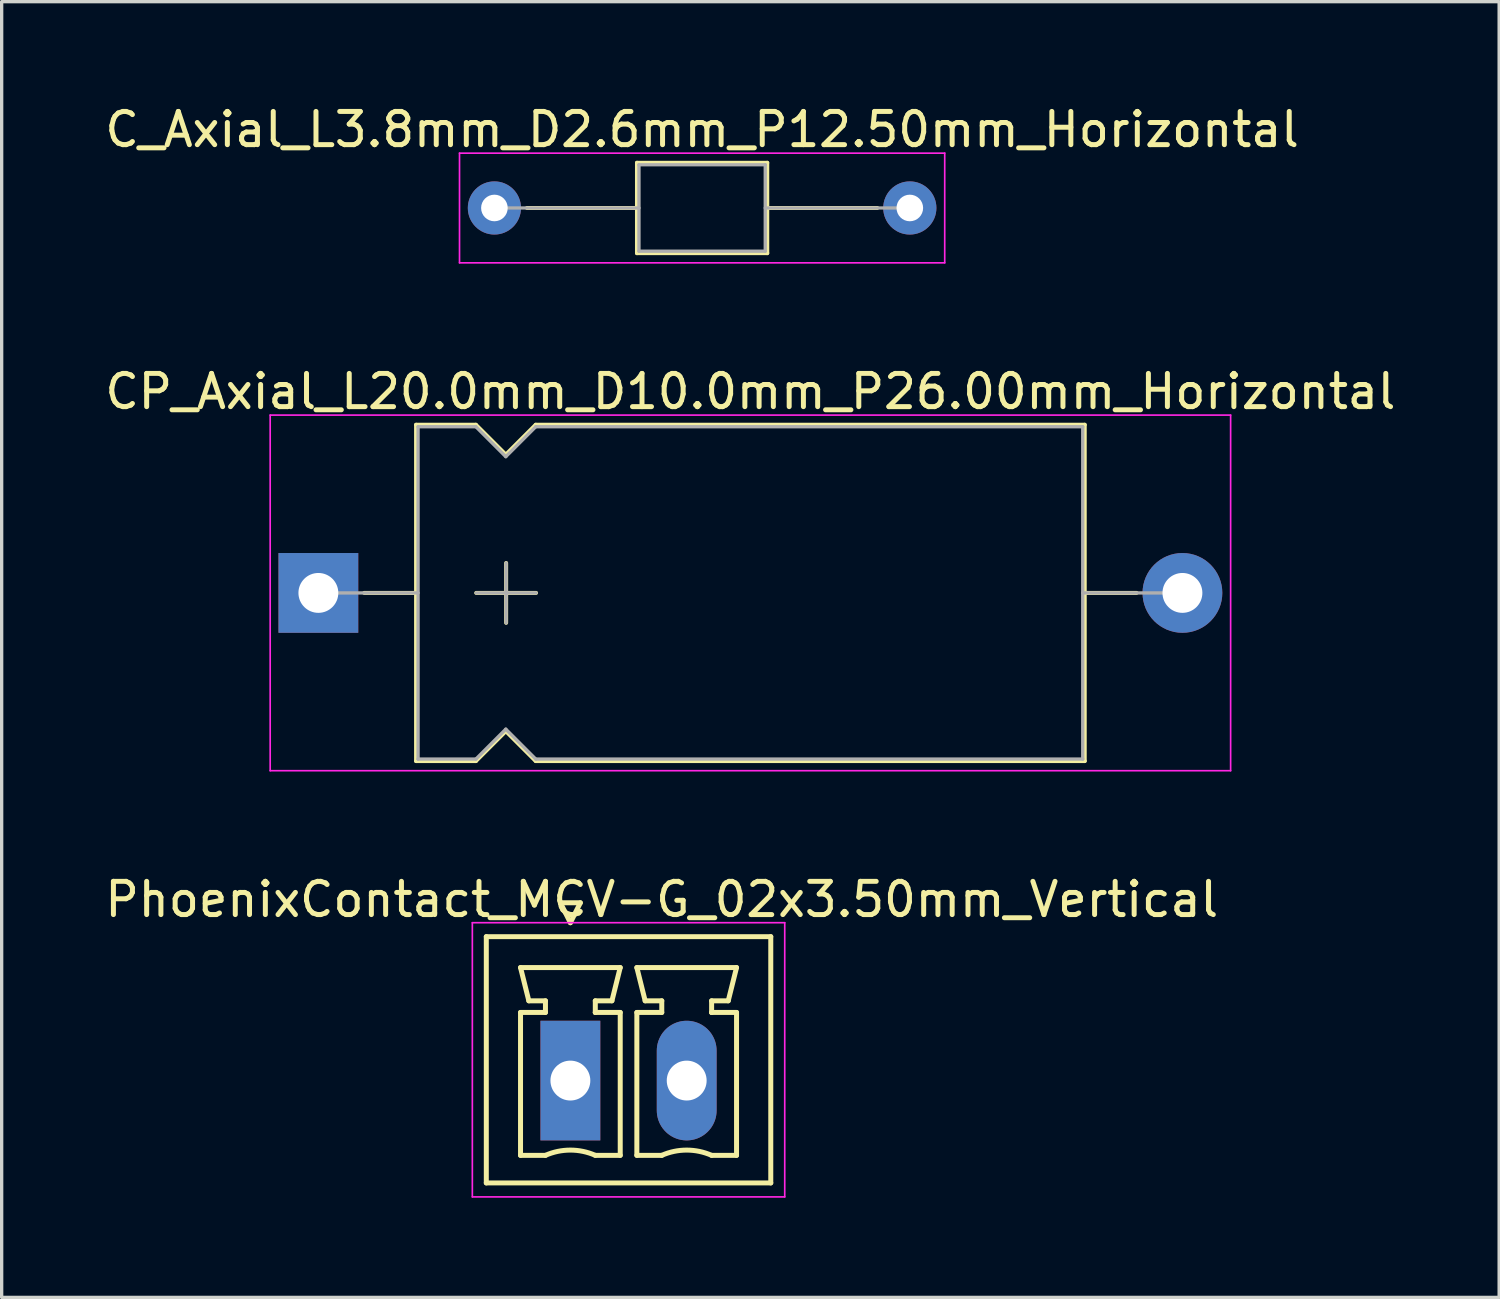
<source format=kicad_pcb>
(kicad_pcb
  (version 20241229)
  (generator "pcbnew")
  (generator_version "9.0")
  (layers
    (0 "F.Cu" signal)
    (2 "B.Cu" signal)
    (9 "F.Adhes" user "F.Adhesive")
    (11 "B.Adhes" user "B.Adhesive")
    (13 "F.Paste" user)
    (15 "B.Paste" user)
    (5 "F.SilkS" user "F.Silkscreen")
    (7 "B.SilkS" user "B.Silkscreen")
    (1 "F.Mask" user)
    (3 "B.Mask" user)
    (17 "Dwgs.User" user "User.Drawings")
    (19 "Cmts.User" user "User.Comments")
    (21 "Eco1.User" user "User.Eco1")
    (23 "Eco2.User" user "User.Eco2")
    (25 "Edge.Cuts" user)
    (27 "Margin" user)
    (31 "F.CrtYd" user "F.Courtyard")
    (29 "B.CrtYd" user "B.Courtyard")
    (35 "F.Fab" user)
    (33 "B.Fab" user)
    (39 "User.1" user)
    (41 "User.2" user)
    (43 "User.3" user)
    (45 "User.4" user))
  (footprint "PhoenixContact_MCV-G_02x3.50mm_Vertical"
    (layer "F.Cu")
    (at 14.113 29.465)
    (property "Reference" "PhoenixContact_MCV-G_02x3.50mm_Vertical" (at 2.75 -5.45 0) (layer "F.SilkS") (effects (font (size 1 1) (thickness 0.15))))
    (attr through_hole)
    (fp_line (start -2.53 -4.33) (end -2.53 3.08) (stroke (width 0.15) (type solid)) (layer "F.SilkS"))
    (fp_line (start -2.53 3.08) (end 6.03 3.08) (stroke (width 0.15) (type solid)) (layer "F.SilkS"))
    (fp_line (start -1.5 -3.4) (end 1.5 -3.4) (stroke (width 0.15) (type solid)) (layer "F.SilkS"))
    (fp_line (start -1.5 -2.05) (end -0.75 -2.05) (stroke (width 0.15) (type solid)) (layer "F.SilkS"))
    (fp_line (start -1.5 2.25) (end -1.5 -2.05) (stroke (width 0.15) (type solid)) (layer "F.SilkS"))
    (fp_line (start -1.25 -2.4) (end -1.5 -3.4) (stroke (width 0.15) (type solid)) (layer "F.SilkS"))
    (fp_line (start -0.75 -2.4) (end -1.25 -2.4) (stroke (width 0.15) (type solid)) (layer "F.SilkS"))
    (fp_line (start -0.75 -2.05) (end -0.75 -2.4) (stroke (width 0.15) (type solid)) (layer "F.SilkS"))
    (fp_line (start -0.75 2.25) (end -1.5 2.25) (stroke (width 0.15) (type solid)) (layer "F.SilkS"))
    (fp_line (start -0.3 -5.35) (end 0 -4.75) (stroke (width 0.15) (type solid)) (layer "F.SilkS"))
    (fp_line (start 0 -4.75) (end 0.3 -5.35) (stroke (width 0.15) (type solid)) (layer "F.SilkS"))
    (fp_line (start 0.3 -5.35) (end -0.3 -5.35) (stroke (width 0.15) (type solid)) (layer "F.SilkS"))
    (fp_line (start 0.75 -2.4) (end 0.75 -2.05) (stroke (width 0.15) (type solid)) (layer "F.SilkS"))
    (fp_line (start 0.75 -2.05) (end 0.75 -2.05) (stroke (width 0.15) (type solid)) (layer "F.SilkS"))
    (fp_line (start 0.75 -2.05) (end 1.5 -2.05) (stroke (width 0.15) (type solid)) (layer "F.SilkS"))
    (fp_line (start 1.25 -2.4) (end 0.75 -2.4) (stroke (width 0.15) (type solid)) (layer "F.SilkS"))
    (fp_line (start 1.5 -3.4) (end 1.25 -2.4) (stroke (width 0.15) (type solid)) (layer "F.SilkS"))
    (fp_line (start 1.5 -2.05) (end 1.5 2.25) (stroke (width 0.15) (type solid)) (layer "F.SilkS"))
    (fp_line (start 1.5 2.25) (end 0.75 2.25) (stroke (width 0.15) (type solid)) (layer "F.SilkS"))
    (fp_line (start 2 -3.4) (end 5 -3.4) (stroke (width 0.15) (type solid)) (layer "F.SilkS"))
    (fp_line (start 2 -2.05) (end 2.75 -2.05) (stroke (width 0.15) (type solid)) (layer "F.SilkS"))
    (fp_line (start 2 2.25) (end 2 -2.05) (stroke (width 0.15) (type solid)) (layer "F.SilkS"))
    (fp_line (start 2.25 -2.4) (end 2 -3.4) (stroke (width 0.15) (type solid)) (layer "F.SilkS"))
    (fp_line (start 2.75 -2.4) (end 2.25 -2.4) (stroke (width 0.15) (type solid)) (layer "F.SilkS"))
    (fp_line (start 2.75 -2.05) (end 2.75 -2.4) (stroke (width 0.15) (type solid)) (layer "F.SilkS"))
    (fp_line (start 2.75 2.25) (end 2 2.25) (stroke (width 0.15) (type solid)) (layer "F.SilkS"))
    (fp_line (start 4.25 -2.4) (end 4.25 -2.05) (stroke (width 0.15) (type solid)) (layer "F.SilkS"))
    (fp_line (start 4.25 -2.05) (end 4.25 -2.05) (stroke (width 0.15) (type solid)) (layer "F.SilkS"))
    (fp_line (start 4.25 -2.05) (end 5 -2.05) (stroke (width 0.15) (type solid)) (layer "F.SilkS"))
    (fp_line (start 4.75 -2.4) (end 4.25 -2.4) (stroke (width 0.15) (type solid)) (layer "F.SilkS"))
    (fp_line (start 5 -3.4) (end 4.75 -2.4) (stroke (width 0.15) (type solid)) (layer "F.SilkS"))
    (fp_line (start 5 -2.05) (end 5 2.25) (stroke (width 0.15) (type solid)) (layer "F.SilkS"))
    (fp_line (start 5 2.25) (end 4.25 2.25) (stroke (width 0.15) (type solid)) (layer "F.SilkS"))
    (fp_line (start 6.03 -4.33) (end -2.53 -4.33) (stroke (width 0.15) (type solid)) (layer "F.SilkS"))
    (fp_line (start 6.03 3.08) (end 6.03 -4.33) (stroke (width 0.15) (type solid)) (layer "F.SilkS"))
    (fp_arc (start -0.75 2.25) (mid -0.000193 2.09191) (end 0.749647 2.249844) (stroke (width 0.15) (type solid)) (layer "F.SilkS"))
    (fp_arc (start 2.75 2.25) (mid 3.499807 2.09191) (end 4.249647 2.249844) (stroke (width 0.15) (type solid)) (layer "F.SilkS"))
    (fp_line (start -2.95 -4.75) (end -2.95 3.5) (stroke (width 0.05) (type solid)) (layer "F.CrtYd"))
    (fp_line (start -2.95 3.5) (end 6.45 3.5) (stroke (width 0.05) (type solid)) (layer "F.CrtYd"))
    (fp_line (start 6.45 -4.75) (end -2.95 -4.75) (stroke (width 0.05) (type solid)) (layer "F.CrtYd"))
    (fp_line (start 6.45 3.5) (end 6.45 -4.75) (stroke (width 0.05) (type solid)) (layer "F.CrtYd"))
    (pad "1" thru_hole rect (at 0 0) (size 1.8 3.6) (drill 1.2) (layers "*.Cu" "*.Mask"))
    (pad "2" thru_hole oval (at 3.5 0) (size 1.8 3.6) (drill 1.2) (layers "*.Cu" "*.Mask")))
  (footprint "C_Axial_L3.8mm_D2.6mm_P12.50mm_Horizontal"
    (layer "F.Cu")
    (at 11.827 3.208)
    (property "Reference" "C_Axial_L3.8mm_D2.6mm_P12.50mm_Horizontal" (at 6.25 -2.36 0) (layer "F.SilkS") (effects (font (size 1 1) (thickness 0.15))))
    (attr through_hole)
    (fp_line (start 0.98 0) (end 4.29 0) (stroke (width 0.12) (type solid)) (layer "F.SilkS"))
    (fp_line (start 4.29 -1.36) (end 4.29 1.36) (stroke (width 0.12) (type solid)) (layer "F.SilkS"))
    (fp_line (start 4.29 1.36) (end 8.21 1.36) (stroke (width 0.12) (type solid)) (layer "F.SilkS"))
    (fp_line (start 8.21 -1.36) (end 4.29 -1.36) (stroke (width 0.12) (type solid)) (layer "F.SilkS"))
    (fp_line (start 8.21 1.36) (end 8.21 -1.36) (stroke (width 0.12) (type solid)) (layer "F.SilkS"))
    (fp_line (start 11.52 0) (end 8.21 0) (stroke (width 0.12) (type solid)) (layer "F.SilkS"))
    (fp_line (start -1.05 -1.65) (end -1.05 1.65) (stroke (width 0.05) (type solid)) (layer "F.CrtYd"))
    (fp_line (start -1.05 1.65) (end 13.55 1.65) (stroke (width 0.05) (type solid)) (layer "F.CrtYd"))
    (fp_line (start 13.55 -1.65) (end -1.05 -1.65) (stroke (width 0.05) (type solid)) (layer "F.CrtYd"))
    (fp_line (start 13.55 1.65) (end 13.55 -1.65) (stroke (width 0.05) (type solid)) (layer "F.CrtYd"))
    (fp_line (start 0 0) (end 4.35 0) (stroke (width 0.1) (type solid)) (layer "F.Fab"))
    (fp_line (start 4.35 -1.3) (end 4.35 1.3) (stroke (width 0.1) (type solid)) (layer "F.Fab"))
    (fp_line (start 4.35 1.3) (end 8.15 1.3) (stroke (width 0.1) (type solid)) (layer "F.Fab"))
    (fp_line (start 8.15 -1.3) (end 4.35 -1.3) (stroke (width 0.1) (type solid)) (layer "F.Fab"))
    (fp_line (start 8.15 1.3) (end 8.15 -1.3) (stroke (width 0.1) (type solid)) (layer "F.Fab"))
    (fp_line (start 12.5 0) (end 8.15 0) (stroke (width 0.1) (type solid)) (layer "F.Fab"))
    (pad "1" thru_hole circle (at 0 0) (size 1.6 1.6) (drill 0.8) (layers "*.Cu" "*.Mask"))
    (pad "2" thru_hole oval (at 12.5 0) (size 1.6 1.6) (drill 0.8) (layers "*.Cu" "*.Mask")))
  (footprint "CP_Axial_L20.0mm_D10.0mm_P26.00mm_Horizontal"
    (layer "F.Cu")
    (at 6.53 14.791)
    (property "Reference" "CP_Axial_L20.0mm_D10.0mm_P26.00mm_Horizontal" (at 13 -6.06 0) (layer "F.SilkS") (effects (font (size 1 1) (thickness 0.15))))
    (attr through_hole)
    (fp_line (start 1.38 0) (end 2.94 0) (stroke (width 0.12) (type solid)) (layer "F.SilkS"))
    (fp_line (start 2.94 -5.06) (end 2.94 5.06) (stroke (width 0.12) (type solid)) (layer "F.SilkS"))
    (fp_line (start 2.94 -5.06) (end 4.74 -5.06) (stroke (width 0.12) (type solid)) (layer "F.SilkS"))
    (fp_line (start 2.94 5.06) (end 4.74 5.06) (stroke (width 0.12) (type solid)) (layer "F.SilkS"))
    (fp_line (start 4.74 -5.06) (end 5.64 -4.16) (stroke (width 0.12) (type solid)) (layer "F.SilkS"))
    (fp_line (start 4.74 5.06) (end 5.64 4.16) (stroke (width 0.12) (type solid)) (layer "F.SilkS"))
    (fp_line (start 4.75 0) (end 6.55 0) (stroke (width 0.12) (type solid)) (layer "F.SilkS"))
    (fp_line (start 5.64 -4.16) (end 6.54 -5.06) (stroke (width 0.12) (type solid)) (layer "F.SilkS"))
    (fp_line (start 5.64 4.16) (end 6.54 5.06) (stroke (width 0.12) (type solid)) (layer "F.SilkS"))
    (fp_line (start 5.65 -0.9) (end 5.65 0.9) (stroke (width 0.12) (type solid)) (layer "F.SilkS"))
    (fp_line (start 6.54 -5.06) (end 23.06 -5.06) (stroke (width 0.12) (type solid)) (layer "F.SilkS"))
    (fp_line (start 6.54 5.06) (end 23.06 5.06) (stroke (width 0.12) (type solid)) (layer "F.SilkS"))
    (fp_line (start 23.06 -5.06) (end 23.06 5.06) (stroke (width 0.12) (type solid)) (layer "F.SilkS"))
    (fp_line (start 24.62 0) (end 23.06 0) (stroke (width 0.12) (type solid)) (layer "F.SilkS"))
    (fp_line (start -1.45 -5.35) (end -1.45 5.35) (stroke (width 0.05) (type solid)) (layer "F.CrtYd"))
    (fp_line (start -1.45 5.35) (end 27.45 5.35) (stroke (width 0.05) (type solid)) (layer "F.CrtYd"))
    (fp_line (start 27.45 -5.35) (end -1.45 -5.35) (stroke (width 0.05) (type solid)) (layer "F.CrtYd"))
    (fp_line (start 27.45 5.35) (end 27.45 -5.35) (stroke (width 0.05) (type solid)) (layer "F.CrtYd"))
    (fp_line (start 0 0) (end 3 0) (stroke (width 0.1) (type solid)) (layer "F.Fab"))
    (fp_line (start 3 -5) (end 3 5) (stroke (width 0.1) (type solid)) (layer "F.Fab"))
    (fp_line (start 3 -5) (end 4.74 -5) (stroke (width 0.1) (type solid)) (layer "F.Fab"))
    (fp_line (start 3 5) (end 4.74 5) (stroke (width 0.1) (type solid)) (layer "F.Fab"))
    (fp_line (start 4.74 -5) (end 5.64 -4.1) (stroke (width 0.1) (type solid)) (layer "F.Fab"))
    (fp_line (start 4.74 5) (end 5.64 4.1) (stroke (width 0.1) (type solid)) (layer "F.Fab"))
    (fp_line (start 4.75 0) (end 6.55 0) (stroke (width 0.1) (type solid)) (layer "F.Fab"))
    (fp_line (start 5.64 -4.1) (end 6.54 -5) (stroke (width 0.1) (type solid)) (layer "F.Fab"))
    (fp_line (start 5.64 4.1) (end 6.54 5) (stroke (width 0.1) (type solid)) (layer "F.Fab"))
    (fp_line (start 5.65 -0.9) (end 5.65 0.9) (stroke (width 0.1) (type solid)) (layer "F.Fab"))
    (fp_line (start 6.54 -5) (end 23 -5) (stroke (width 0.1) (type solid)) (layer "F.Fab"))
    (fp_line (start 6.54 5) (end 23 5) (stroke (width 0.1) (type solid)) (layer "F.Fab"))
    (fp_line (start 23 -5) (end 23 5) (stroke (width 0.1) (type solid)) (layer "F.Fab"))
    (fp_line (start 26 0) (end 23 0) (stroke (width 0.1) (type solid)) (layer "F.Fab"))
    (pad "1" thru_hole rect (at 0 0) (size 2.4 2.4) (drill 1.2) (layers "*.Cu" "*.Mask"))
    (pad "2" thru_hole oval (at 26 0) (size 2.4 2.4) (drill 1.2) (layers "*.Cu" "*.Mask")))
  (gr_rect
    (start -3 -3)
    (end 42.06 35.99)
    (stroke (width 0.1) (type default))
    (fill no)
    (layer "Edge.Cuts")))
</source>
